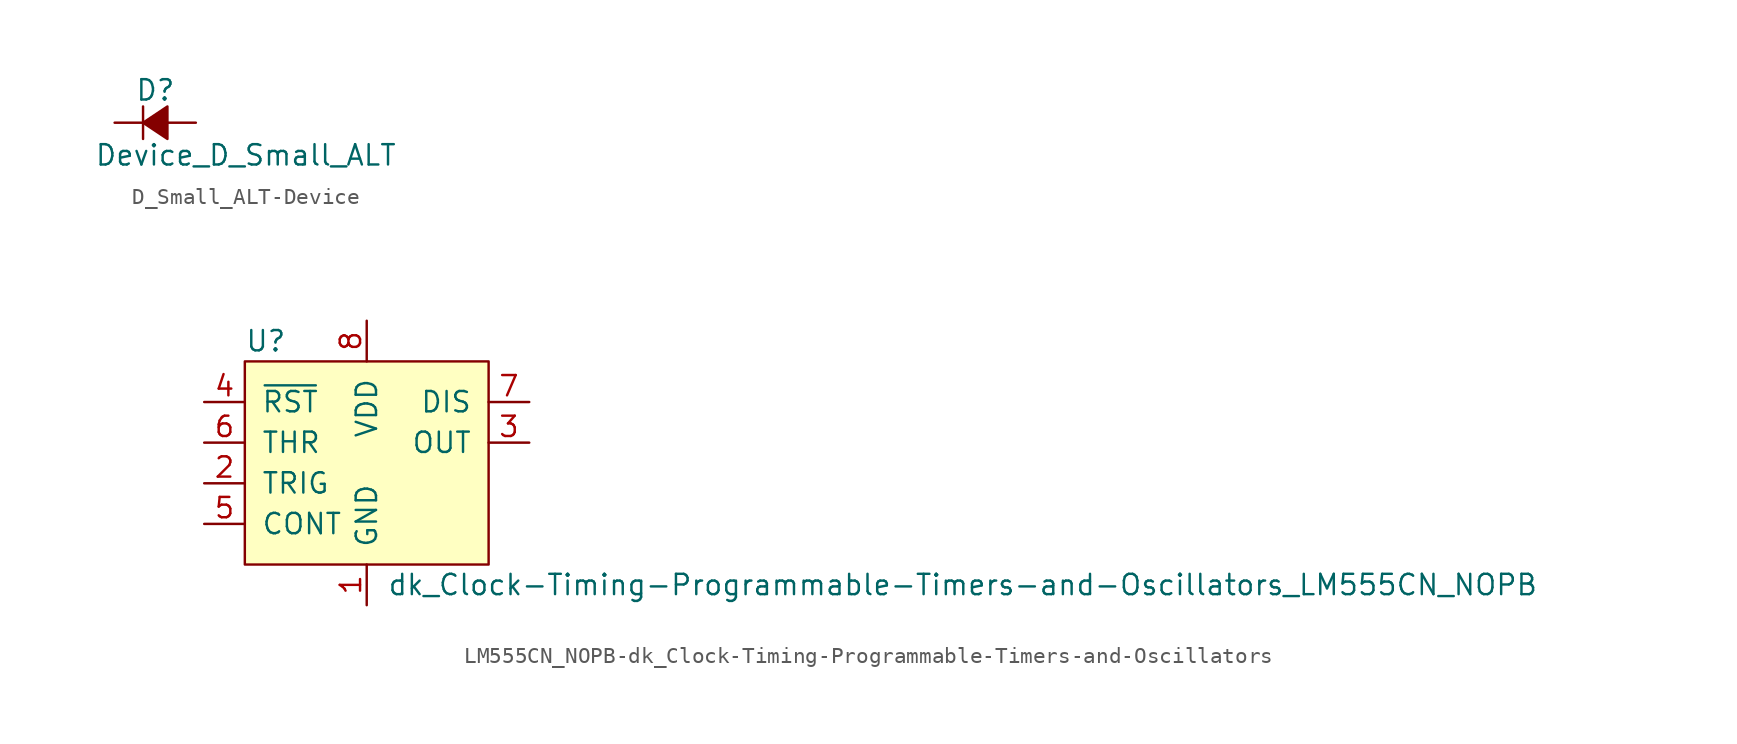
<source format=kicad_sym>
(kicad_symbol_lib
  (version 20220914)
  (generator kicad_symbol_editor)
  (symbol "D_Small_ALT-Device"
    (pin_numbers hide)
    (pin_names
      (offset 0.254) hide)
    (property "Reference" "D"
      (at -1.27 2.032 0)
      (effects (font (size 1.27 1.27)) (justify left)))
    (property "Value" "Device_D_Small_ALT"
      (at -3.81 -2.032 0)
      (effects (font (size 1.27 1.27)) (justify left)))
    (symbol "D_Small_ALT-Device_0_1"
      (polyline (pts (xy -0.762 -1.016) (xy -0.762 1.016)) (stroke (width 0) (type solid)) (fill (type none)))
      (polyline (pts (xy -0.762 0) (xy 0.762 0)) (stroke (width 0) (type solid)) (fill (type none)))
      (polyline (pts (xy 0.762 -1.016) (xy -0.762 0) (xy 0.762 1.016) (xy 0.762 -1.016)) (stroke (width 0) (type solid)) (fill (type outline))))
    (symbol "D_Small_ALT-Device_1_1"
      (pin passive line (at -2.54 0 0) (length 1.778) (name "K" (effects (font (size 1.27 1.27)))) (number "1" (effects (font (size 1.27 1.27)))))
      (pin passive line (at 2.54 0 180) (length 1.778) (name "A" (effects (font (size 1.27 1.27)))) (number "2" (effects (font (size 1.27 1.27)))))))
  (symbol "LM555CN_NOPB-dk_Clock-Timing-Programmable-Timers-and-Oscillators"
    (pin_names
      (offset 1.016))
    (property "Reference" "U"
      (at -7.62 6.35 0)
      (effects (font (size 1.27 1.27)) (justify left)))
    (property "Value" "dk_Clock-Timing-Programmable-Timers-and-Oscillators_LM555CN_NOPB"
      (at 1.27 -8.89 0)
      (effects (font (size 1.27 1.27)) (justify left)))
    (symbol "LM555CN_NOPB-dk_Clock-Timing-Programmable-Timers-and-Oscillators_0_1"
      (rectangle (start -7.62 5.08) (end 7.62 -7.62) (stroke (width 0) (type solid)) (fill (type background))))
    (symbol "LM555CN_NOPB-dk_Clock-Timing-Programmable-Timers-and-Oscillators_1_1"
      (pin power_in line (at 0 -10.16 90) (length 2.54) (name "GND" (effects (font (size 1.27 1.27)))) (number "1" (effects (font (size 1.27 1.27)))))
      (pin input line (at -10.16 -2.54 0) (length 2.54) (name "TRIG" (effects (font (size 1.27 1.27)))) (number "2" (effects (font (size 1.27 1.27)))))
      (pin output line (at 10.16 0 180) (length 2.54) (name "OUT" (effects (font (size 1.27 1.27)))) (number "3" (effects (font (size 1.27 1.27)))))
      (pin input line (at -10.16 2.54 0) (length 2.54) (name "~{RST}" (effects (font (size 1.27 1.27)))) (number "4" (effects (font (size 1.27 1.27)))))
      (pin input line (at -10.16 -5.08 0) (length 2.54) (name "CONT" (effects (font (size 1.27 1.27)))) (number "5" (effects (font (size 1.27 1.27)))))
      (pin input line (at -10.16 0 0) (length 2.54) (name "THR" (effects (font (size 1.27 1.27)))) (number "6" (effects (font (size 1.27 1.27)))))
      (pin output line (at 10.16 2.54 180) (length 2.54) (name "DIS" (effects (font (size 1.27 1.27)))) (number "7" (effects (font (size 1.27 1.27)))))
      (pin power_in line (at 0 7.62 270) (length 2.54) (name "VDD" (effects (font (size 1.27 1.27)))) (number "8" (effects (font (size 1.27 1.27))))))))
</source>
